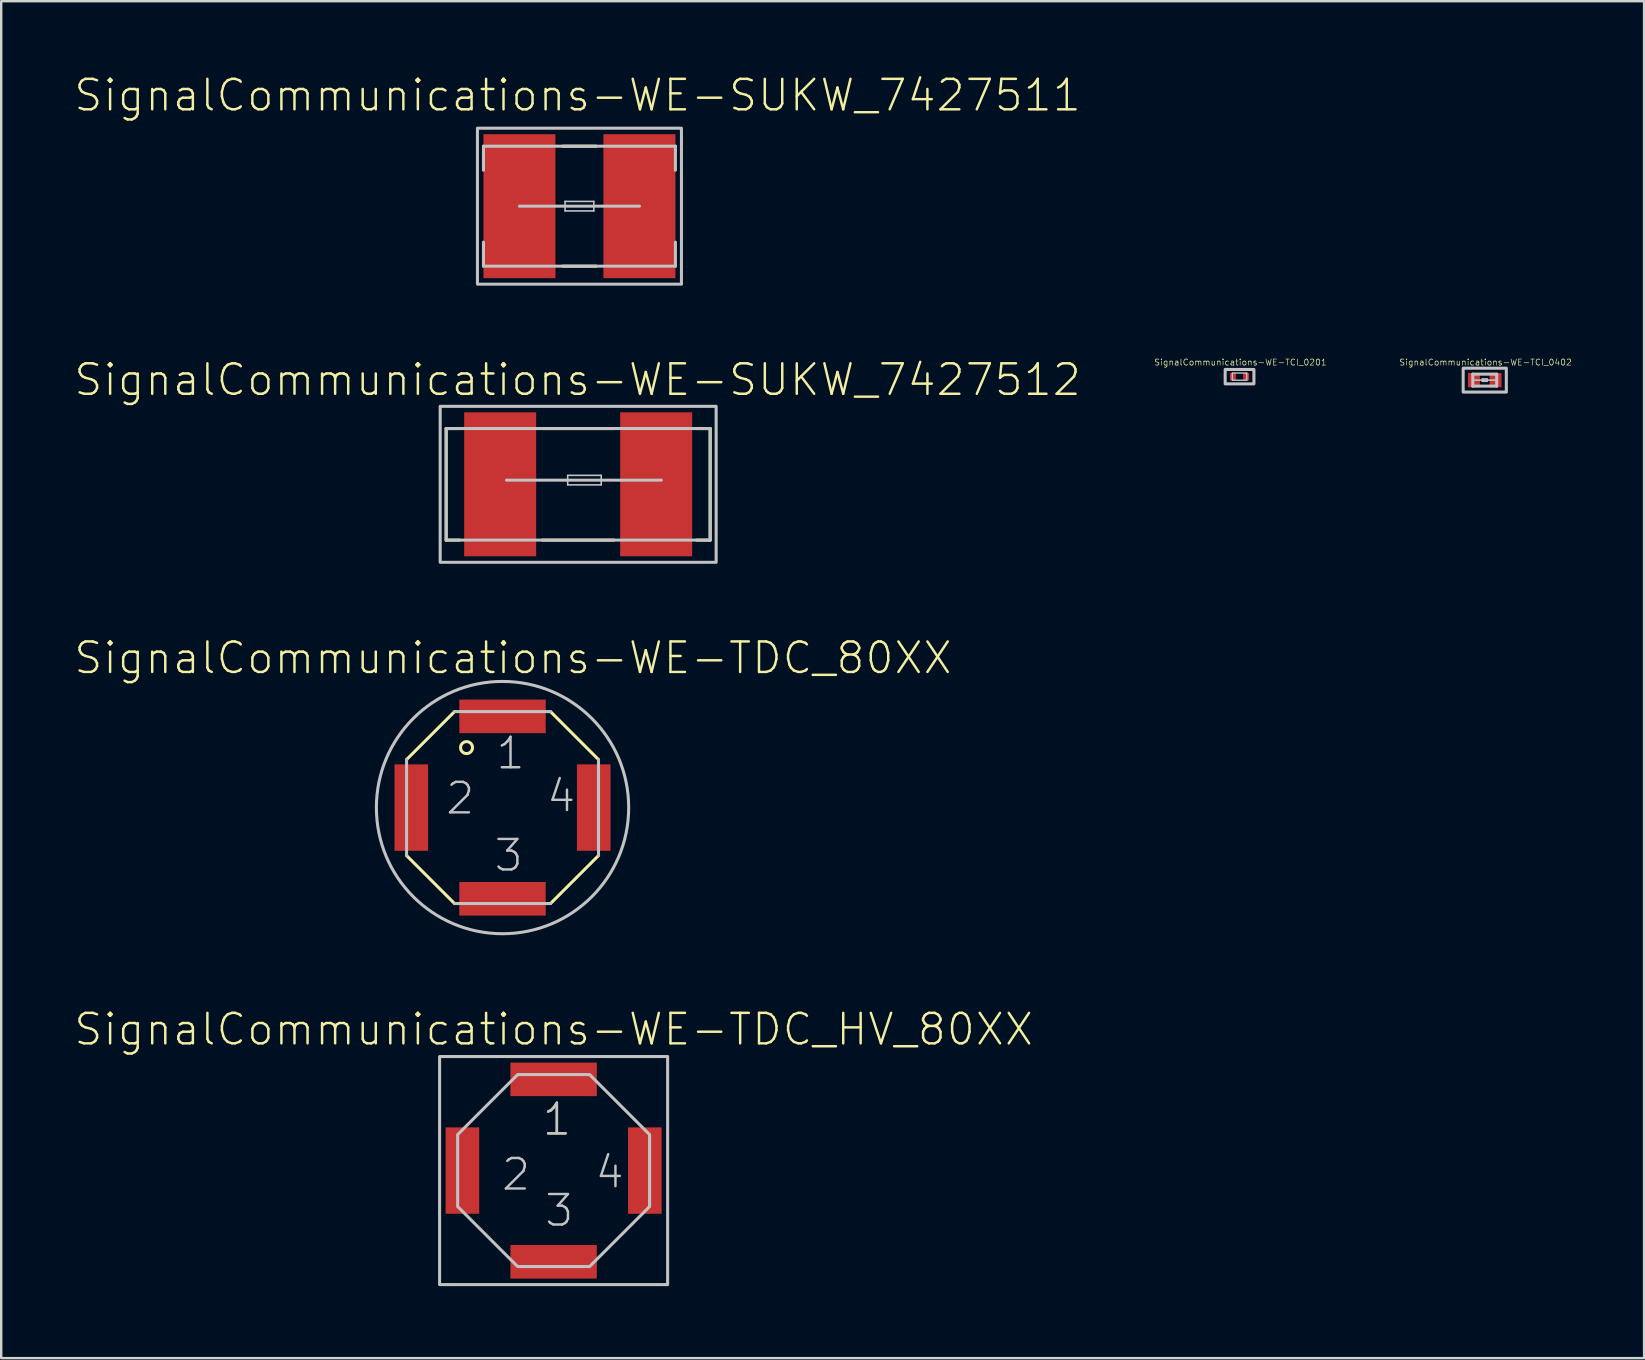
<source format=kicad_pcb>
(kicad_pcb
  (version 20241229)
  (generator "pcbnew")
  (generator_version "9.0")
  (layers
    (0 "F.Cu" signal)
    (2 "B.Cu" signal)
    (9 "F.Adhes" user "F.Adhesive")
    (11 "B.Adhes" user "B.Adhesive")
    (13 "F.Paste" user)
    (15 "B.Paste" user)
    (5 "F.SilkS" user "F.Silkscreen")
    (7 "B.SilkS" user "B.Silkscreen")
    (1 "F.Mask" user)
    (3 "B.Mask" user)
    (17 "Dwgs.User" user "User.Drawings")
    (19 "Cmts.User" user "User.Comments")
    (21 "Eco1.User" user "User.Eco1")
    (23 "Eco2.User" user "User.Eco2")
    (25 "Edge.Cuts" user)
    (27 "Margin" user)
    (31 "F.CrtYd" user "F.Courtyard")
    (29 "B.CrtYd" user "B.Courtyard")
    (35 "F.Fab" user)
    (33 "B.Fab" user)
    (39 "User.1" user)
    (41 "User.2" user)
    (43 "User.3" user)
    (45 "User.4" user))
  (footprint "SignalCommunications-WE-TCI_0201"
    (layer "F.Cu")
    (at 48.588 12.641)
    (property "Reference" "SignalCommunications-WE-TCI_0201" (at 0.038 -0.597 0) (layer "F.SilkS") (effects (font (size 0.254 0.254) (thickness 0.025))))
    (attr smd)
    (fp_line (start -0.3 -0.15) (end -0.3 0.15) (stroke (width 0.058) (type solid)) (layer "Dwgs.User"))
    (fp_line (start -0.3 -0.15) (end 0.3 -0.15) (stroke (width 0.058) (type solid)) (layer "Dwgs.User"))
    (fp_line (start -0.3 0.15) (end 0.3 0.15) (stroke (width 0.058) (type solid)) (layer "Dwgs.User"))
    (fp_line (start 0.3 -0.15) (end 0.3 0.15) (stroke (width 0.058) (type solid)) (layer "Dwgs.User"))
    (fp_poly (pts (xy -0.599 -0.3) (xy 0.599 -0.3) (xy 0.599 0.3) (xy -0.599 0.3) (xy -0.599 -0.3)) (stroke (width 0.127) (type solid)) (fill no) (layer "Dwgs.User"))
    (pad "1" smd rect (at -0.274 0) (size 0.249 0.3) (layers "F.Cu" "F.Mask" "F.Paste"))
    (pad "2" smd rect (at 0.274 0) (size 0.249 0.3) (layers "F.Cu" "F.Mask" "F.Paste")))
  (footprint "SignalCommunications-WE-SUKW_7427511"
    (layer "F.Cu")
    (at 21.089 5.539)
    (property "Reference" "SignalCommunications-WE-SUKW_7427511" (at -0.079 -4.618 0) (layer "F.SilkS") (effects (font (size 1.27 1.27) (thickness 0.102))))
    (attr smd)
    (fp_line (start 0.699 -2.499) (end -0.699 -2.499) (stroke (width 0.127) (type solid)) (layer "F.SilkS"))
    (fp_line (start 0.699 2.499) (end -0.699 2.499) (stroke (width 0.127) (type solid)) (layer "F.SilkS"))
    (fp_line (start -3.998 -2.499) (end 3.998 -2.499) (stroke (width 0.127) (type solid)) (layer "Dwgs.User"))
    (fp_line (start -3.998 -1.499) (end -3.998 -2.499) (stroke (width 0.127) (type solid)) (layer "Dwgs.User"))
    (fp_line (start -3.998 1.499) (end -3.998 2.499) (stroke (width 0.127) (type solid)) (layer "Dwgs.User"))
    (fp_line (start -3.998 2.499) (end 3.998 2.499) (stroke (width 0.127) (type solid)) (layer "Dwgs.User"))
    (fp_line (start -2.499 0) (end 2.499 0) (stroke (width 0.127) (type solid)) (layer "Dwgs.User"))
    (fp_line (start -0.599 -0.198) (end 0.599 -0.198) (stroke (width 0.066) (type solid)) (layer "Dwgs.User"))
    (fp_line (start -0.599 0.198) (end -0.599 -0.198) (stroke (width 0.066) (type solid)) (layer "Dwgs.User"))
    (fp_line (start -0.599 0.198) (end 0.599 0.198) (stroke (width 0.066) (type solid)) (layer "Dwgs.User"))
    (fp_line (start 0.599 0.198) (end 0.599 -0.198) (stroke (width 0.066) (type solid)) (layer "Dwgs.User"))
    (fp_line (start 3.998 -2.499) (end 3.998 -1.499) (stroke (width 0.127) (type solid)) (layer "Dwgs.User"))
    (fp_line (start 3.998 2.499) (end 3.998 1.499) (stroke (width 0.127) (type solid)) (layer "Dwgs.User"))
    (fp_poly (pts (xy -4.249 -3.249) (xy 4.249 -3.249) (xy 4.249 3.249) (xy -4.249 3.249) (xy -4.249 -3.249)) (stroke (width 0.127) (type solid)) (fill no) (layer "Dwgs.User"))
    (pad "1" smd rect (at -2.499 0) (size 3 5.999) (layers "F.Cu" "F.Mask" "F.Paste"))
    (pad "2" smd rect (at 2.499 0) (size 3 5.999) (layers "F.Cu" "F.Mask" "F.Paste")))
  (footprint "SignalCommunications-WE-TDC_HV_80XX"
    (layer "F.Cu")
    (at 20.013 45.715)
    (property "Reference" "SignalCommunications-WE-TDC_HV_80XX" (at 0 -5.883 0) (layer "F.SilkS") (effects (font (size 1.27 1.27) (thickness 0.102))))
    (attr smd)
    (fp_line (start -3.998 1.458) (end -3.998 -1.458) (stroke (width 0.127) (type solid)) (layer "Dwgs.User"))
    (fp_line (start -1.499 -3.998) (end -3.998 -1.499) (stroke (width 0.127) (type solid)) (layer "Dwgs.User"))
    (fp_line (start -1.499 3.998) (end -3.998 1.499) (stroke (width 0.127) (type solid)) (layer "Dwgs.User"))
    (fp_line (start 1.458 -3.998) (end -1.458 -3.998) (stroke (width 0.127) (type solid)) (layer "Dwgs.User"))
    (fp_line (start 1.458 3.998) (end -1.458 3.998) (stroke (width 0.127) (type solid)) (layer "Dwgs.User"))
    (fp_line (start 1.499 3.998) (end 3.998 1.499) (stroke (width 0.127) (type solid)) (layer "Dwgs.User"))
    (fp_line (start 3.998 -1.499) (end 1.499 -3.998) (stroke (width 0.127) (type solid)) (layer "Dwgs.User"))
    (fp_line (start 3.998 -1.458) (end 3.998 1.458) (stroke (width 0.127) (type solid)) (layer "Dwgs.User"))
    (fp_poly (pts (xy -4.75 -4.75) (xy 4.75 -4.75) (xy 4.75 4.75) (xy -4.75 4.75) (xy -4.75 -4.75)) (stroke (width 0.127) (type solid)) (fill no) (layer "Dwgs.User"))
    (fp_text user "1" (at 0.135 -2.134 0) (layer "F.SilkS") (effects (font (size 1.27 1.27) (thickness 0.102))))
    (fp_text user "1" (at 0.135 -2.134 0) (layer "Dwgs.User") (effects (font (size 1.27 1.27) (thickness 0.102))))
    (fp_text user "4" (at 2.334 0.064 0) (layer "Dwgs.User") (effects (font (size 1.27 1.27) (thickness 0.102))))
    (fp_text user "2" (at -1.565 0.163 0) (layer "Dwgs.User") (effects (font (size 1.27 1.27) (thickness 0.102))))
    (fp_text user "3" (at 0.234 1.664 0) (layer "Dwgs.User") (effects (font (size 1.27 1.27) (thickness 0.102))))
    (pad "1" smd rect (at 0 -3.8) (size 3.599 1.4) (layers "F.Cu" "F.Mask" "F.Paste"))
    (pad "2" smd rect (at -3.8 0 90) (size 3.599 1.4) (layers "F.Cu" "F.Mask" "F.Paste"))
    (pad "3" smd rect (at 0 3.8 180) (size 3.599 1.4) (layers "F.Cu" "F.Mask" "F.Paste"))
    (pad "4" smd rect (at 3.8 0 270) (size 3.599 1.4) (layers "F.Cu" "F.Mask" "F.Paste")))
  (footprint "SignalCommunications-WE-SUKW_7427512"
    (layer "F.Cu")
    (at 21.036 17.126)
    (property "Reference" "SignalCommunications-WE-SUKW_7427512" (at -0.025 -4.354 0) (layer "F.SilkS") (effects (font (size 1.27 1.27) (thickness 0.102))))
    (attr smd)
    (fp_line (start -5.499 -2.324) (end -5.499 2.324) (stroke (width 0.127) (type solid)) (layer "F.SilkS"))
    (fp_line (start -5.499 2.324) (end -4.938 2.324) (stroke (width 0.127) (type solid)) (layer "F.SilkS"))
    (fp_line (start -5.022 -2.324) (end -5.499 -2.324) (stroke (width 0.127) (type solid)) (layer "F.SilkS"))
    (fp_line (start -1.499 -2.324) (end 1.499 -2.324) (stroke (width 0.127) (type solid)) (layer "F.SilkS"))
    (fp_line (start -1.499 2.324) (end 1.499 2.324) (stroke (width 0.127) (type solid)) (layer "F.SilkS"))
    (fp_line (start 4.94 -2.322) (end 5.499 -2.322) (stroke (width 0.127) (type solid)) (layer "F.SilkS"))
    (fp_line (start 5.499 -2.322) (end 5.499 2.324) (stroke (width 0.127) (type solid)) (layer "F.SilkS"))
    (fp_line (start 5.499 2.324) (end 4.928 2.324) (stroke (width 0.127) (type solid)) (layer "F.SilkS"))
    (fp_line (start -5.499 -2.324) (end 5.499 -2.324) (stroke (width 0.127) (type solid)) (layer "Dwgs.User"))
    (fp_line (start -5.499 2.324) (end -5.499 -2.324) (stroke (width 0.127) (type solid)) (layer "Dwgs.User"))
    (fp_line (start -2.987 -0.173) (end 3.465 -0.173) (stroke (width 0.127) (type solid)) (layer "Dwgs.User"))
    (fp_line (start -0.437 -0.373) (end 0.96 -0.373) (stroke (width 0.066) (type solid)) (layer "Dwgs.User"))
    (fp_line (start -0.437 0.023) (end -0.437 -0.373) (stroke (width 0.066) (type solid)) (layer "Dwgs.User"))
    (fp_line (start -0.437 0.023) (end 0.96 0.023) (stroke (width 0.066) (type solid)) (layer "Dwgs.User"))
    (fp_line (start 0.96 0.023) (end 0.96 -0.373) (stroke (width 0.066) (type solid)) (layer "Dwgs.User"))
    (fp_line (start 5.499 -2.324) (end 5.499 2.324) (stroke (width 0.127) (type solid)) (layer "Dwgs.User"))
    (fp_line (start 5.499 2.324) (end -5.499 2.324) (stroke (width 0.127) (type solid)) (layer "Dwgs.User"))
    (fp_poly (pts (xy -5.748 -3.249) (xy 5.748 -3.249) (xy 5.748 3.249) (xy -5.748 3.249) (xy -5.748 -3.249)) (stroke (width 0.127) (type solid)) (fill no) (layer "Dwgs.User"))
    (pad "1" smd rect (at -3.249 0) (size 3 5.999) (layers "F.Cu" "F.Mask" "F.Paste"))
    (pad "2" smd rect (at 3.249 0) (size 3 5.999) (layers "F.Cu" "F.Mask" "F.Paste")))
  (footprint "SignalCommunications-WE-TDC_80XX"
    (layer "F.Cu")
    (at 17.885 30.593)
    (property "Reference" "SignalCommunications-WE-TDC_80XX" (at 0.434 -6.233 0) (layer "F.SilkS") (effects (font (size 1.27 1.27) (thickness 0.102))))
    (attr smd)
    (fp_line (start -3.998 -1.999) (end -1.999 -3.998) (stroke (width 0.127) (type solid)) (layer "F.SilkS"))
    (fp_line (start -1.999 3.998) (end -3.998 1.999) (stroke (width 0.127) (type solid)) (layer "F.SilkS"))
    (fp_line (start 1.999 -3.998) (end 3.998 -1.999) (stroke (width 0.127) (type solid)) (layer "F.SilkS"))
    (fp_line (start 3.998 1.999) (end 1.999 3.998) (stroke (width 0.127) (type solid)) (layer "F.SilkS"))
    (fp_circle (center -1.499 -2.499) (end -1.499 -2.748) (stroke (width 0.127) (type solid)) (fill no) (layer "F.SilkS"))
    (fp_line (start -3.998 -1.999) (end -3.998 1.999) (stroke (width 0.127) (type solid)) (layer "Dwgs.User"))
    (fp_line (start -1.999 -3.998) (end 1.999 -3.998) (stroke (width 0.127) (type solid)) (layer "Dwgs.User"))
    (fp_line (start -1.999 3.998) (end 1.999 3.998) (stroke (width 0.127) (type solid)) (layer "Dwgs.User"))
    (fp_line (start 3.998 -1.999) (end 3.998 1.999) (stroke (width 0.127) (type solid)) (layer "Dwgs.User"))
    (fp_circle (center 0 0) (end 0 -5.255) (stroke (width 0.127) (type solid)) (fill no) (layer "Dwgs.User"))
    (fp_text user "3" (at 0.254 1.994 0) (layer "Dwgs.User") (effects (font (size 1.27 1.27) (thickness 0.102))))
    (fp_text user "2" (at -1.763 -0.384 0) (layer "Dwgs.User") (effects (font (size 1.27 1.27) (thickness 0.102))))
    (fp_text user "1" (at 0.333 -2.263 0) (layer "Dwgs.User") (effects (font (size 1.27 1.27) (thickness 0.102))))
    (fp_text user "4" (at 2.443 -0.483 0) (layer "Dwgs.User") (effects (font (size 1.27 1.27) (thickness 0.102))))
    (pad "1" smd rect (at 0 -3.8) (size 3.599 1.4) (layers "F.Cu" "F.Mask" "F.Paste"))
    (pad "2" smd rect (at -3.8 0) (size 1.4 3.599) (layers "F.Cu" "F.Mask" "F.Paste"))
    (pad "3" smd rect (at 0 3.8) (size 3.599 1.4) (layers "F.Cu" "F.Mask" "F.Paste"))
    (pad "4" smd rect (at 3.8 0) (size 1.4 3.599) (layers "F.Cu" "F.Mask" "F.Paste")))
  (footprint "SignalCommunications-WE-TCI_0402"
    (layer "F.Cu")
    (at 58.803 12.786)
    (property "Reference" "SignalCommunications-WE-TCI_0402" (at 0.033 -0.742 0) (layer "F.SilkS") (effects (font (size 0.254 0.254) (thickness 0.025))))
    (attr smd)
    (fp_line (start -0.498 -0.249) (end 0.498 -0.249) (stroke (width 0.127) (type solid)) (layer "Dwgs.User"))
    (fp_line (start -0.498 0.249) (end -0.498 -0.249) (stroke (width 0.127) (type solid)) (layer "Dwgs.User"))
    (fp_line (start -0.45 0) (end 0.45 0) (stroke (width 0.069) (type solid)) (layer "Dwgs.User"))
    (fp_line (start -0.099 -0.048) (end 0.099 -0.048) (stroke (width 0.066) (type solid)) (layer "Dwgs.User"))
    (fp_line (start -0.099 0.048) (end -0.099 -0.048) (stroke (width 0.066) (type solid)) (layer "Dwgs.User"))
    (fp_line (start -0.099 0.048) (end 0.099 0.048) (stroke (width 0.066) (type solid)) (layer "Dwgs.User"))
    (fp_line (start 0.099 0.048) (end 0.099 -0.048) (stroke (width 0.066) (type solid)) (layer "Dwgs.User"))
    (fp_line (start 0.498 -0.249) (end 0.498 0.249) (stroke (width 0.127) (type solid)) (layer "Dwgs.User"))
    (fp_line (start 0.498 0.249) (end -0.498 0.249) (stroke (width 0.127) (type solid)) (layer "Dwgs.User"))
    (fp_poly (pts (xy -0.899 -0.498) (xy 0.899 -0.498) (xy 0.899 0.498) (xy -0.899 0.498) (xy -0.899 -0.498)) (stroke (width 0.127) (type solid)) (fill no) (layer "Dwgs.User"))
    (pad "1" smd rect (at -0.45 0 90) (size 0.599 0.498) (layers "F.Cu" "F.Mask" "F.Paste"))
    (pad "2" smd rect (at 0.45 0 90) (size 0.599 0.498) (layers "F.Cu" "F.Mask" "F.Paste")))
  (gr_rect
    (start -3 -3)
    (end 65.441 53.528)
    (stroke (width 0.1) (type default))
    (fill no)
    (layer "Edge.Cuts")))
</source>
